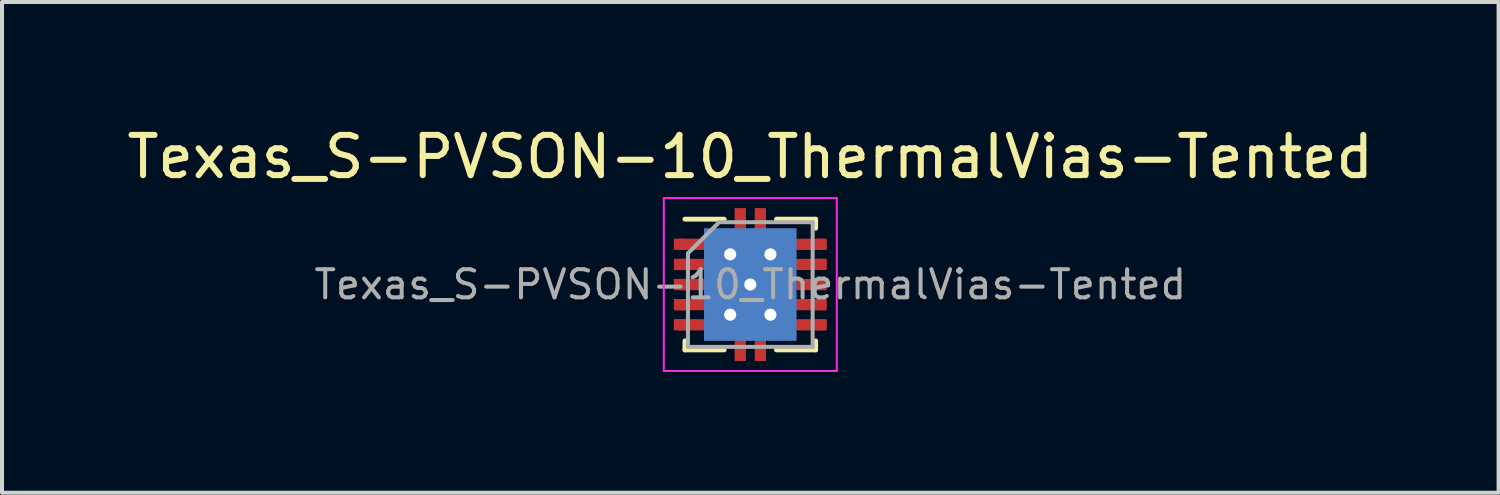
<source format=kicad_pcb>
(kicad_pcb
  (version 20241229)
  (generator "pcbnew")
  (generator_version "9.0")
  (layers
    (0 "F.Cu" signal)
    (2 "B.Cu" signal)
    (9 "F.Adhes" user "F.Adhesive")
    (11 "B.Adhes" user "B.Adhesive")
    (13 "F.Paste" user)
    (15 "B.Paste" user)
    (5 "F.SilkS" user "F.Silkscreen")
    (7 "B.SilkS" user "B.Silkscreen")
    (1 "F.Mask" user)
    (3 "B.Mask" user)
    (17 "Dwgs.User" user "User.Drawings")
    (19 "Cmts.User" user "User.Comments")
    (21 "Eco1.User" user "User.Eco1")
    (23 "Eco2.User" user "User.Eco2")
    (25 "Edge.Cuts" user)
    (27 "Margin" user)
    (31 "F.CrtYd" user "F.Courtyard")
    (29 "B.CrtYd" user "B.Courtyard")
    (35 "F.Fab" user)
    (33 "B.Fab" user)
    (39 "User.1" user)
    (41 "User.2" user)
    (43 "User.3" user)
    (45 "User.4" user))
  (footprint "Texas_S-PVSON-10_ThermalVias-Tented"
    (layer "F.Cu")
    (at 15.601 4.023)
    (property "Reference" "Texas_S-PVSON-10_ThermalVias-Tented" (at 0 -3.175 0) (layer "F.SilkS") (effects (font (size 1 1) (thickness 0.15))))
    (attr through_hole)
    (fp_line (start -1.625 -1.625) (end -0.65 -1.625) (stroke (width 0.12) (type solid)) (layer "F.SilkS"))
    (fp_line (start -1.625 1.625) (end -1.625 1.4) (stroke (width 0.12) (type solid)) (layer "F.SilkS"))
    (fp_line (start -1.625 1.625) (end -0.65 1.625) (stroke (width 0.12) (type solid)) (layer "F.SilkS"))
    (fp_line (start 0.65 -1.625) (end 1.625 -1.625) (stroke (width 0.12) (type solid)) (layer "F.SilkS"))
    (fp_line (start 0.65 1.625) (end 1.625 1.625) (stroke (width 0.12) (type solid)) (layer "F.SilkS"))
    (fp_line (start 1.625 -1.4) (end 1.625 -1.625) (stroke (width 0.12) (type solid)) (layer "F.SilkS"))
    (fp_line (start 1.625 1.4) (end 1.625 1.625) (stroke (width 0.12) (type solid)) (layer "F.SilkS"))
    (fp_line (start -2.15 -2.15) (end -2.15 2.15) (stroke (width 0.05) (type solid)) (layer "F.CrtYd"))
    (fp_line (start -2.15 -2.15) (end 2.15 -2.15) (stroke (width 0.05) (type solid)) (layer "F.CrtYd"))
    (fp_line (start -2.15 2.15) (end 2.15 2.15) (stroke (width 0.05) (type solid)) (layer "F.CrtYd"))
    (fp_line (start 2.15 -2.15) (end 2.15 2.15) (stroke (width 0.05) (type solid)) (layer "F.CrtYd"))
    (fp_line (start -1.55 1.55) (end -1.55 -0.775) (stroke (width 0.1) (type solid)) (layer "F.Fab"))
    (fp_line (start -0.775 -1.55) (end -1.55 -0.775) (stroke (width 0.1) (type solid)) (layer "F.Fab"))
    (fp_line (start -0.775 -1.55) (end 1.55 -1.55) (stroke (width 0.1) (type solid)) (layer "F.Fab"))
    (fp_line (start 1.55 -1.55) (end 1.55 1.55) (stroke (width 0.1) (type solid)) (layer "F.Fab"))
    (fp_line (start 1.55 1.55) (end -1.55 1.55) (stroke (width 0.1) (type solid)) (layer "F.Fab"))
    (fp_text user "${REFERENCE}" (at 0 0 0) (layer "F.Fab") (effects (font (size 0.7 0.7) (thickness 0.1))))
    (pad "1" smd rect (at -1.76 -1) (size 0.28 0.28) (layers "F.Cu" "F.Mask" "F.Paste"))
    (pad "1" smd oval (at -1.475 -1) (size 0.85 0.28) (layers "F.Cu" "F.Mask" "F.Paste"))
    (pad "2" smd rect (at -1.76 -0.5) (size 0.28 0.28) (layers "F.Cu" "F.Mask" "F.Paste"))
    (pad "2" smd oval (at -1.475 -0.5) (size 0.85 0.28) (layers "F.Cu" "F.Mask" "F.Paste"))
    (pad "3" smd rect (at -1.76 0) (size 0.28 0.28) (layers "F.Cu" "F.Mask" "F.Paste"))
    (pad "3" smd oval (at -1.475 0) (size 0.85 0.28) (layers "F.Cu" "F.Mask" "F.Paste"))
    (pad "4" smd rect (at -1.76 0.5) (size 0.28 0.28) (layers "F.Cu" "F.Mask" "F.Paste"))
    (pad "4" smd oval (at -1.475 0.5) (size 0.85 0.28) (layers "F.Cu" "F.Mask" "F.Paste"))
    (pad "5" smd rect (at -1.76 1) (size 0.28 0.28) (layers "F.Cu" "F.Mask" "F.Paste"))
    (pad "5" smd oval (at -1.475 1) (size 0.85 0.28) (layers "F.Cu" "F.Mask" "F.Paste"))
    (pad "6" smd oval (at 1.475 1) (size 0.85 0.28) (layers "F.Cu" "F.Mask" "F.Paste"))
    (pad "6" smd rect (at 1.76 1) (size 0.28 0.28) (layers "F.Cu" "F.Mask" "F.Paste"))
    (pad "7" smd oval (at 1.475 0.5) (size 0.85 0.28) (layers "F.Cu" "F.Mask" "F.Paste"))
    (pad "7" smd rect (at 1.76 0.5) (size 0.28 0.28) (layers "F.Cu" "F.Mask" "F.Paste"))
    (pad "8" smd oval (at 1.475 0) (size 0.85 0.28) (layers "F.Cu" "F.Mask" "F.Paste"))
    (pad "8" smd rect (at 1.76 0) (size 0.28 0.28) (layers "F.Cu" "F.Mask" "F.Paste"))
    (pad "9" smd oval (at 1.475 -0.5) (size 0.85 0.28) (layers "F.Cu" "F.Mask" "F.Paste"))
    (pad "9" smd rect (at 1.76 -0.5) (size 0.28 0.28) (layers "F.Cu" "F.Mask" "F.Paste"))
    (pad "10" smd oval (at 1.475 -1) (size 0.85 0.28) (layers "F.Cu" "F.Mask" "F.Paste"))
    (pad "10" smd rect (at 1.76 -1) (size 0.28 0.28) (layers "F.Cu" "F.Mask" "F.Paste"))
    (pad "11" thru_hole circle (at -0.5 -0.75) (size 0.6 0.6) (drill 0.3) (layers "*.Cu"))
    (pad "11" thru_hole circle (at -0.5 0.75) (size 0.6 0.6) (drill 0.3) (layers "*.Cu"))
    (pad "11" smd rect (at -0.45 -0.635) (size 0.68 1.05) (layers "F.Cu" "F.Mask" "F.Paste"))
    (pad "11" smd rect (at -0.45 0.635) (size 0.68 1.05) (layers "F.Cu" "F.Mask" "F.Paste"))
    (pad "11" smd rect (at -0.25 -1.63) (size 0.26 0.5) (layers "F.Cu" "F.Mask" "F.Paste"))
    (pad "11" smd rect (at -0.25 -1.55) (size 0.28 0.7) (layers "F.Cu" "F.Mask"))
    (pad "11" smd rect (at -0.25 1.55) (size 0.28 0.7) (layers "F.Cu" "F.Mask"))
    (pad "11" smd rect (at -0.25 1.63) (size 0.26 0.5) (layers "F.Cu" "F.Mask" "F.Paste"))
    (pad "11" thru_hole circle (at 0 0) (size 0.6 0.6) (drill 0.3) (layers "*.Cu"))
    (pad "11" smd rect (at 0 0) (size 1.65 2.4) (layers "F.Cu" "F.Mask"))
    (pad "11" smd rect (at 0 0) (size 2.3 2.8) (layers "B.Cu"))
    (pad "11" smd rect (at 0.25 -1.63) (size 0.26 0.5) (layers "F.Cu" "F.Mask" "F.Paste"))
    (pad "11" smd rect (at 0.25 -1.55) (size 0.28 0.7) (layers "F.Cu" "F.Mask"))
    (pad "11" smd rect (at 0.25 1.55) (size 0.28 0.7) (layers "F.Cu" "F.Mask"))
    (pad "11" smd rect (at 0.25 1.63) (size 0.26 0.5) (layers "F.Cu" "F.Mask" "F.Paste"))
    (pad "11" smd rect (at 0.45 -0.635) (size 0.68 1.05) (layers "F.Cu" "F.Mask" "F.Paste"))
    (pad "11" smd rect (at 0.45 0.635) (size 0.68 1.05) (layers "F.Cu" "F.Mask" "F.Paste"))
    (pad "11" thru_hole circle (at 0.5 -0.75) (size 0.6 0.6) (drill 0.3) (layers "*.Cu"))
    (pad "11" thru_hole circle (at 0.5 0.75) (size 0.6 0.6) (drill 0.3) (layers "*.Cu")))
  (gr_rect
    (start -3 -3)
    (end 34.202 9.198)
    (stroke (width 0.1) (type default))
    (fill no)
    (layer "Edge.Cuts")))
</source>
